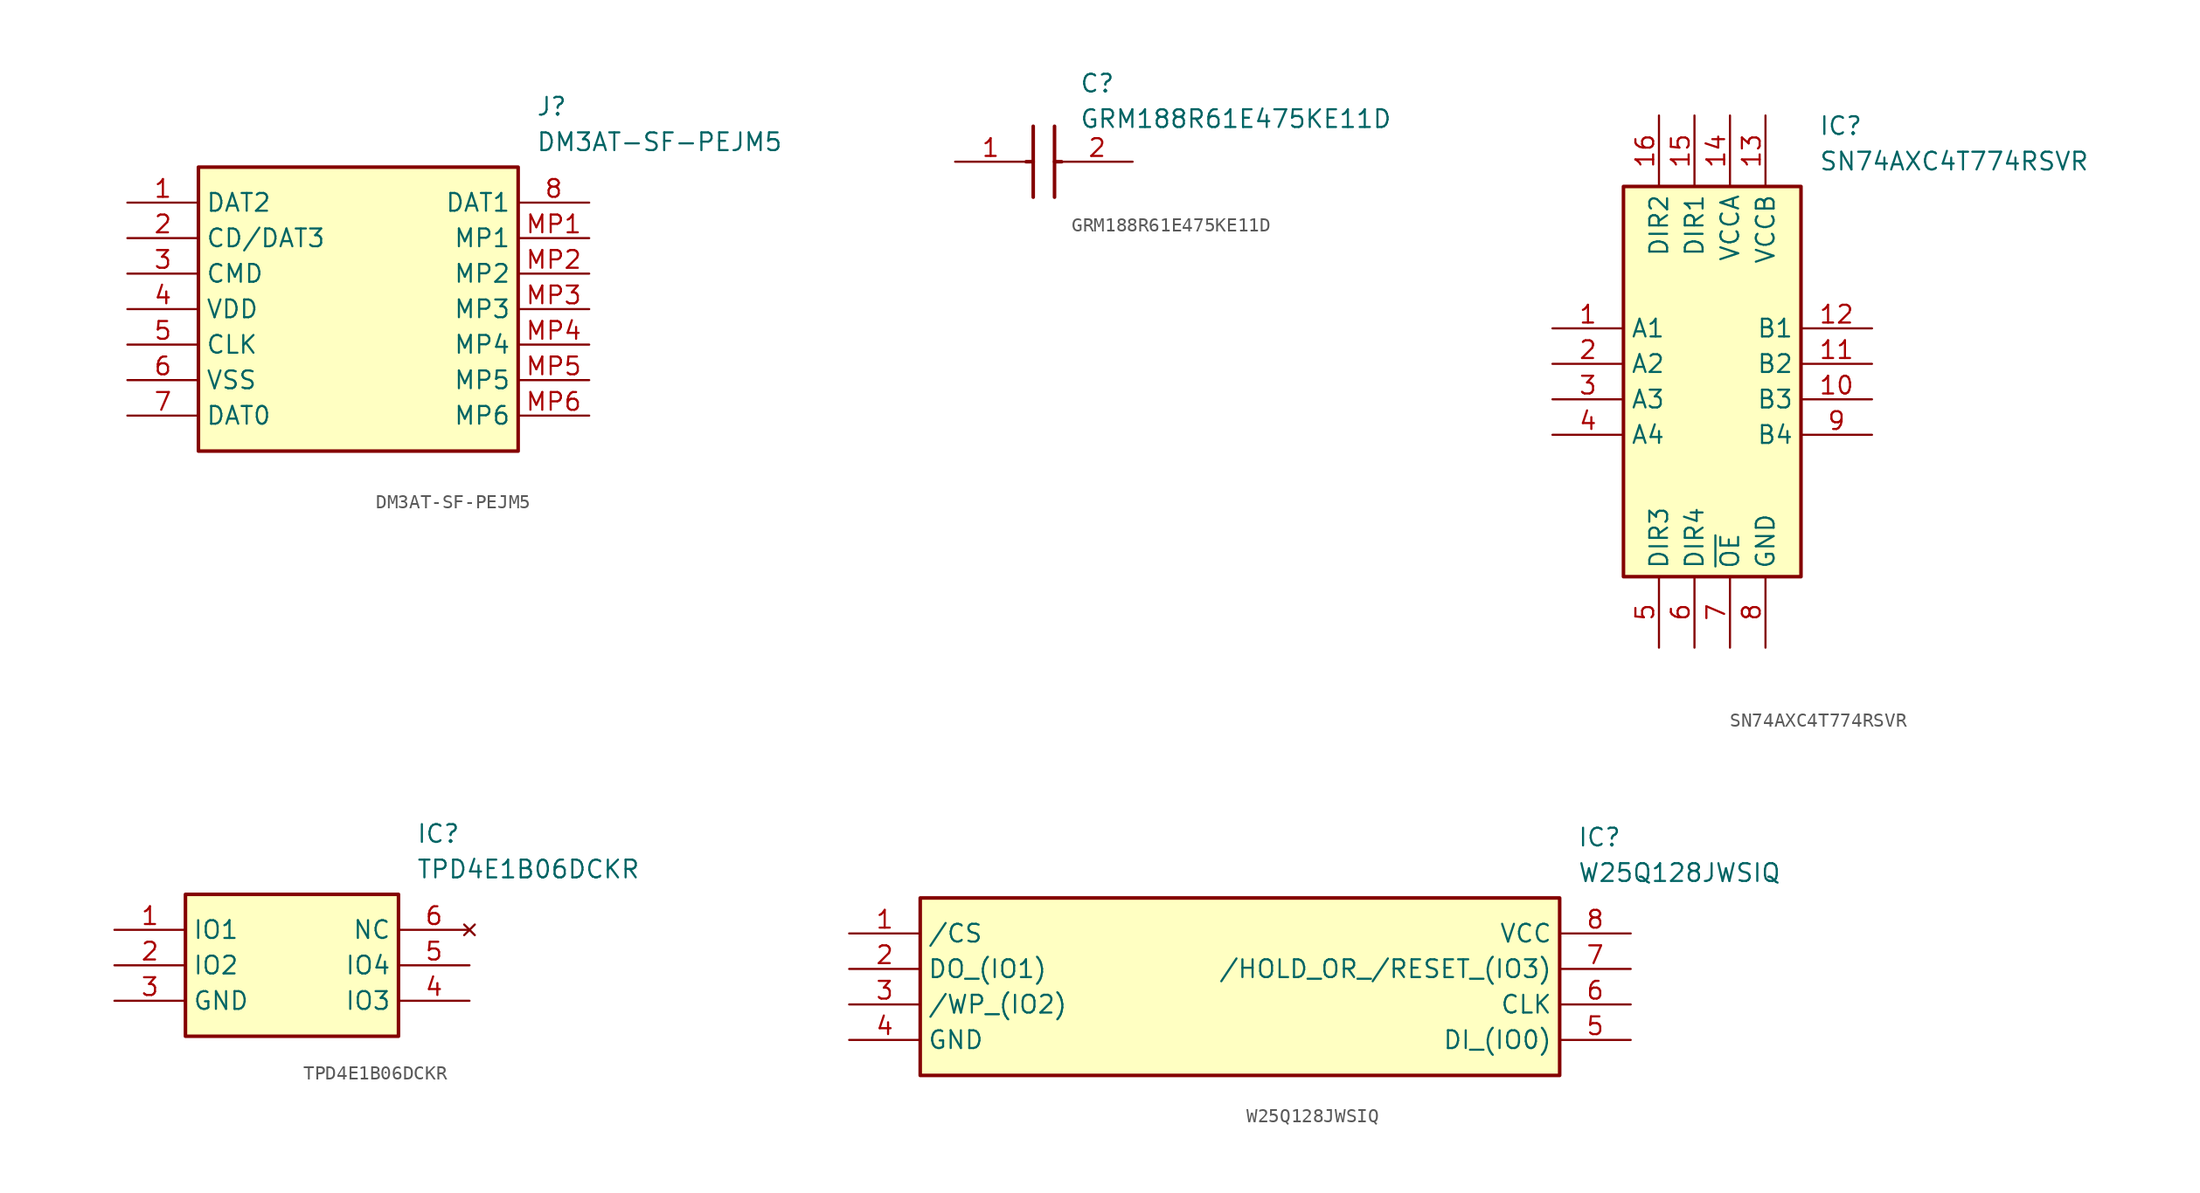
<source format=kicad_sym>
(kicad_symbol_lib
  (version 20220914)
  (generator kicad_symbol_editor)
  (symbol "DM3AT-SF-PEJM5"
    (property "Reference" "J"
      (at 29.21 7.62 0)
      (effects (font (size 1.27 1.27)) (justify left top)))
    (property "Value" "DM3AT-SF-PEJM5"
      (at 29.21 5.08 0)
      (effects (font (size 1.27 1.27)) (justify left top)))
    (symbol "DM3AT-SF-PEJM5_1_1"
      (rectangle (start 5.08 2.54) (end 27.94 -17.78) (stroke (width 0.254) (type default)) (fill (type background)))
      (pin passive line (at 0 0 0) (length 5.08) (name "DAT2" (effects (font (size 1.27 1.27)))) (number "1" (effects (font (size 1.27 1.27)))))
      (pin passive line (at 0 -2.54 0) (length 5.08) (name "CD/DAT3" (effects (font (size 1.27 1.27)))) (number "2" (effects (font (size 1.27 1.27)))))
      (pin passive line (at 0 -5.08 0) (length 5.08) (name "CMD" (effects (font (size 1.27 1.27)))) (number "3" (effects (font (size 1.27 1.27)))))
      (pin passive line (at 0 -7.62 0) (length 5.08) (name "VDD" (effects (font (size 1.27 1.27)))) (number "4" (effects (font (size 1.27 1.27)))))
      (pin passive line (at 0 -10.16 0) (length 5.08) (name "CLK" (effects (font (size 1.27 1.27)))) (number "5" (effects (font (size 1.27 1.27)))))
      (pin passive line (at 0 -12.7 0) (length 5.08) (name "VSS" (effects (font (size 1.27 1.27)))) (number "6" (effects (font (size 1.27 1.27)))))
      (pin passive line (at 0 -15.24 0) (length 5.08) (name "DAT0" (effects (font (size 1.27 1.27)))) (number "7" (effects (font (size 1.27 1.27)))))
      (pin passive line (at 33.02 0 180) (length 5.08) (name "DAT1" (effects (font (size 1.27 1.27)))) (number "8" (effects (font (size 1.27 1.27)))))
      (pin passive line (at 33.02 -2.54 180) (length 5.08) (name "MP1" (effects (font (size 1.27 1.27)))) (number "MP1" (effects (font (size 1.27 1.27)))))
      (pin passive line (at 33.02 -5.08 180) (length 5.08) (name "MP2" (effects (font (size 1.27 1.27)))) (number "MP2" (effects (font (size 1.27 1.27)))))
      (pin passive line (at 33.02 -7.62 180) (length 5.08) (name "MP3" (effects (font (size 1.27 1.27)))) (number "MP3" (effects (font (size 1.27 1.27)))))
      (pin passive line (at 33.02 -10.16 180) (length 5.08) (name "MP4" (effects (font (size 1.27 1.27)))) (number "MP4" (effects (font (size 1.27 1.27)))))
      (pin passive line (at 33.02 -12.7 180) (length 5.08) (name "MP5" (effects (font (size 1.27 1.27)))) (number "MP5" (effects (font (size 1.27 1.27)))))
      (pin passive line (at 33.02 -15.24 180) (length 5.08) (name "MP6" (effects (font (size 1.27 1.27)))) (number "MP6" (effects (font (size 1.27 1.27)))))))
  (symbol "GRM188R61E475KE11D"
    (pin_names hide)
    (property "Reference" "C"
      (at 8.89 6.35 0)
      (effects (font (size 1.27 1.27)) (justify left top)))
    (property "Value" "GRM188R61E475KE11D"
      (at 8.89 3.81 0)
      (effects (font (size 1.27 1.27)) (justify left top)))
    (polyline
      (pts (xy 5.588 2.54) (xy 5.588 -2.54))
      (stroke (width 0.254) (type default))
      (fill (type none)))
    (polyline
      (pts (xy 7.112 2.54) (xy 7.112 -2.54))
      (stroke (width 0.254) (type default))
      (fill (type none)))
    (polyline
      (pts (xy 5.08 0) (xy 5.588 0))
      (stroke (width 0.254) (type default))
      (fill (type none)))
    (polyline
      (pts (xy 7.112 0) (xy 7.62 0))
      (stroke (width 0.254) (type default))
      (fill (type none)))
    (pin passive line
      (at 0 0 0)
      (length 5.08)
      (name "1" (effects (font (size 1.27 1.27))))
      (number "1" (effects (font (size 1.27 1.27)))))
    (pin passive line
      (at 12.7 0 180)
      (length 5.08)
      (name "2" (effects (font (size 1.27 1.27))))
      (number "2" (effects (font (size 1.27 1.27))))))
  (symbol "SN74AXC4T774RSVR"
    (property "Reference" "IC"
      (at 19.05 15.24 0)
      (effects (font (size 1.27 1.27)) (justify left top)))
    (property "Value" "SN74AXC4T774RSVR"
      (at 19.05 12.7 0)
      (effects (font (size 1.27 1.27)) (justify left top)))
    (rectangle
      (start 5.08 10.16)
      (end 17.78 -17.78)
      (stroke (width 0.254) (type default))
      (fill (type background)))
    (pin passive line
      (at 0 0 0)
      (length 5.08)
      (name "A1" (effects (font (size 1.27 1.27))))
      (number "1" (effects (font (size 1.27 1.27)))))
    (pin passive line
      (at 0 -2.54 0)
      (length 5.08)
      (name "A2" (effects (font (size 1.27 1.27))))
      (number "2" (effects (font (size 1.27 1.27)))))
    (pin passive line
      (at 0 -5.08 0)
      (length 5.08)
      (name "A3" (effects (font (size 1.27 1.27))))
      (number "3" (effects (font (size 1.27 1.27)))))
    (pin passive line
      (at 0 -7.62 0)
      (length 5.08)
      (name "A4" (effects (font (size 1.27 1.27))))
      (number "4" (effects (font (size 1.27 1.27)))))
    (pin passive line
      (at 7.62 -22.86 90)
      (length 5.08)
      (name "DIR3" (effects (font (size 1.27 1.27))))
      (number "5" (effects (font (size 1.27 1.27)))))
    (pin passive line
      (at 10.16 -22.86 90)
      (length 5.08)
      (name "DIR4" (effects (font (size 1.27 1.27))))
      (number "6" (effects (font (size 1.27 1.27)))))
    (pin passive line
      (at 12.7 -22.86 90)
      (length 5.08)
      (name "~{OE}" (effects (font (size 1.27 1.27))))
      (number "7" (effects (font (size 1.27 1.27)))))
    (pin passive line
      (at 15.24 -22.86 90)
      (length 5.08)
      (name "GND" (effects (font (size 1.27 1.27))))
      (number "8" (effects (font (size 1.27 1.27)))))
    (pin passive line
      (at 22.86 0 180)
      (length 5.08)
      (name "B1" (effects (font (size 1.27 1.27))))
      (number "12" (effects (font (size 1.27 1.27)))))
    (pin passive line
      (at 22.86 -2.54 180)
      (length 5.08)
      (name "B2" (effects (font (size 1.27 1.27))))
      (number "11" (effects (font (size 1.27 1.27)))))
    (pin passive line
      (at 22.86 -5.08 180)
      (length 5.08)
      (name "B3" (effects (font (size 1.27 1.27))))
      (number "10" (effects (font (size 1.27 1.27)))))
    (pin passive line
      (at 22.86 -7.62 180)
      (length 5.08)
      (name "B4" (effects (font (size 1.27 1.27))))
      (number "9" (effects (font (size 1.27 1.27)))))
    (pin passive line
      (at 7.62 15.24 270)
      (length 5.08)
      (name "DIR2" (effects (font (size 1.27 1.27))))
      (number "16" (effects (font (size 1.27 1.27)))))
    (pin passive line
      (at 10.16 15.24 270)
      (length 5.08)
      (name "DIR1" (effects (font (size 1.27 1.27))))
      (number "15" (effects (font (size 1.27 1.27)))))
    (pin passive line
      (at 12.7 15.24 270)
      (length 5.08)
      (name "VCCA" (effects (font (size 1.27 1.27))))
      (number "14" (effects (font (size 1.27 1.27)))))
    (pin passive line
      (at 15.24 15.24 270)
      (length 5.08)
      (name "VCCB" (effects (font (size 1.27 1.27))))
      (number "13" (effects (font (size 1.27 1.27))))))
  (symbol "TPD4E1B06DCKR"
    (property "Reference" "IC"
      (at 21.59 7.62 0)
      (effects (font (size 1.27 1.27)) (justify left top)))
    (property "Value" "TPD4E1B06DCKR"
      (at 21.59 5.08 0)
      (effects (font (size 1.27 1.27)) (justify left top)))
    (symbol "TPD4E1B06DCKR_1_1"
      (rectangle (start 5.08 2.54) (end 20.32 -7.62) (stroke (width 0.254) (type default)) (fill (type background)))
      (pin passive line (at 0 0 0) (length 5.08) (name "IO1" (effects (font (size 1.27 1.27)))) (number "1" (effects (font (size 1.27 1.27)))))
      (pin passive line (at 0 -2.54 0) (length 5.08) (name "IO2" (effects (font (size 1.27 1.27)))) (number "2" (effects (font (size 1.27 1.27)))))
      (pin passive line (at 0 -5.08 0) (length 5.08) (name "GND" (effects (font (size 1.27 1.27)))) (number "3" (effects (font (size 1.27 1.27)))))
      (pin passive line (at 25.4 -5.08 180) (length 5.08) (name "IO3" (effects (font (size 1.27 1.27)))) (number "4" (effects (font (size 1.27 1.27)))))
      (pin passive line (at 25.4 -2.54 180) (length 5.08) (name "IO4" (effects (font (size 1.27 1.27)))) (number "5" (effects (font (size 1.27 1.27)))))
      (pin no_connect line (at 25.4 0 180) (length 5.08) (name "NC" (effects (font (size 1.27 1.27)))) (number "6" (effects (font (size 1.27 1.27)))))))
  (symbol "W25Q128JWSIQ"
    (property "Reference" "IC"
      (at 52.07 7.62 0)
      (effects (font (size 1.27 1.27)) (justify left top)))
    (property "Value" "W25Q128JWSIQ"
      (at 52.07 5.08 0)
      (effects (font (size 1.27 1.27)) (justify left top)))
    (rectangle
      (start 5.08 2.54)
      (end 50.8 -10.16)
      (stroke (width 0.254) (type default))
      (fill (type background)))
    (pin passive line
      (at 0 0 0)
      (length 5.08)
      (name "/CS" (effects (font (size 1.27 1.27))))
      (number "1" (effects (font (size 1.27 1.27)))))
    (pin passive line
      (at 0 -2.54 0)
      (length 5.08)
      (name "DO_(IO1)" (effects (font (size 1.27 1.27))))
      (number "2" (effects (font (size 1.27 1.27)))))
    (pin passive line
      (at 0 -5.08 0)
      (length 5.08)
      (name "/WP_(IO2)" (effects (font (size 1.27 1.27))))
      (number "3" (effects (font (size 1.27 1.27)))))
    (pin passive line
      (at 0 -7.62 0)
      (length 5.08)
      (name "GND" (effects (font (size 1.27 1.27))))
      (number "4" (effects (font (size 1.27 1.27)))))
    (pin passive line
      (at 55.88 0 180)
      (length 5.08)
      (name "VCC" (effects (font (size 1.27 1.27))))
      (number "8" (effects (font (size 1.27 1.27)))))
    (pin passive line
      (at 55.88 -2.54 180)
      (length 5.08)
      (name "/HOLD_OR_/RESET_(IO3)" (effects (font (size 1.27 1.27))))
      (number "7" (effects (font (size 1.27 1.27)))))
    (pin passive line
      (at 55.88 -5.08 180)
      (length 5.08)
      (name "CLK" (effects (font (size 1.27 1.27))))
      (number "6" (effects (font (size 1.27 1.27)))))
    (pin passive line
      (at 55.88 -7.62 180)
      (length 5.08)
      (name "DI_(IO0)" (effects (font (size 1.27 1.27))))
      (number "5" (effects (font (size 1.27 1.27)))))))
</source>
